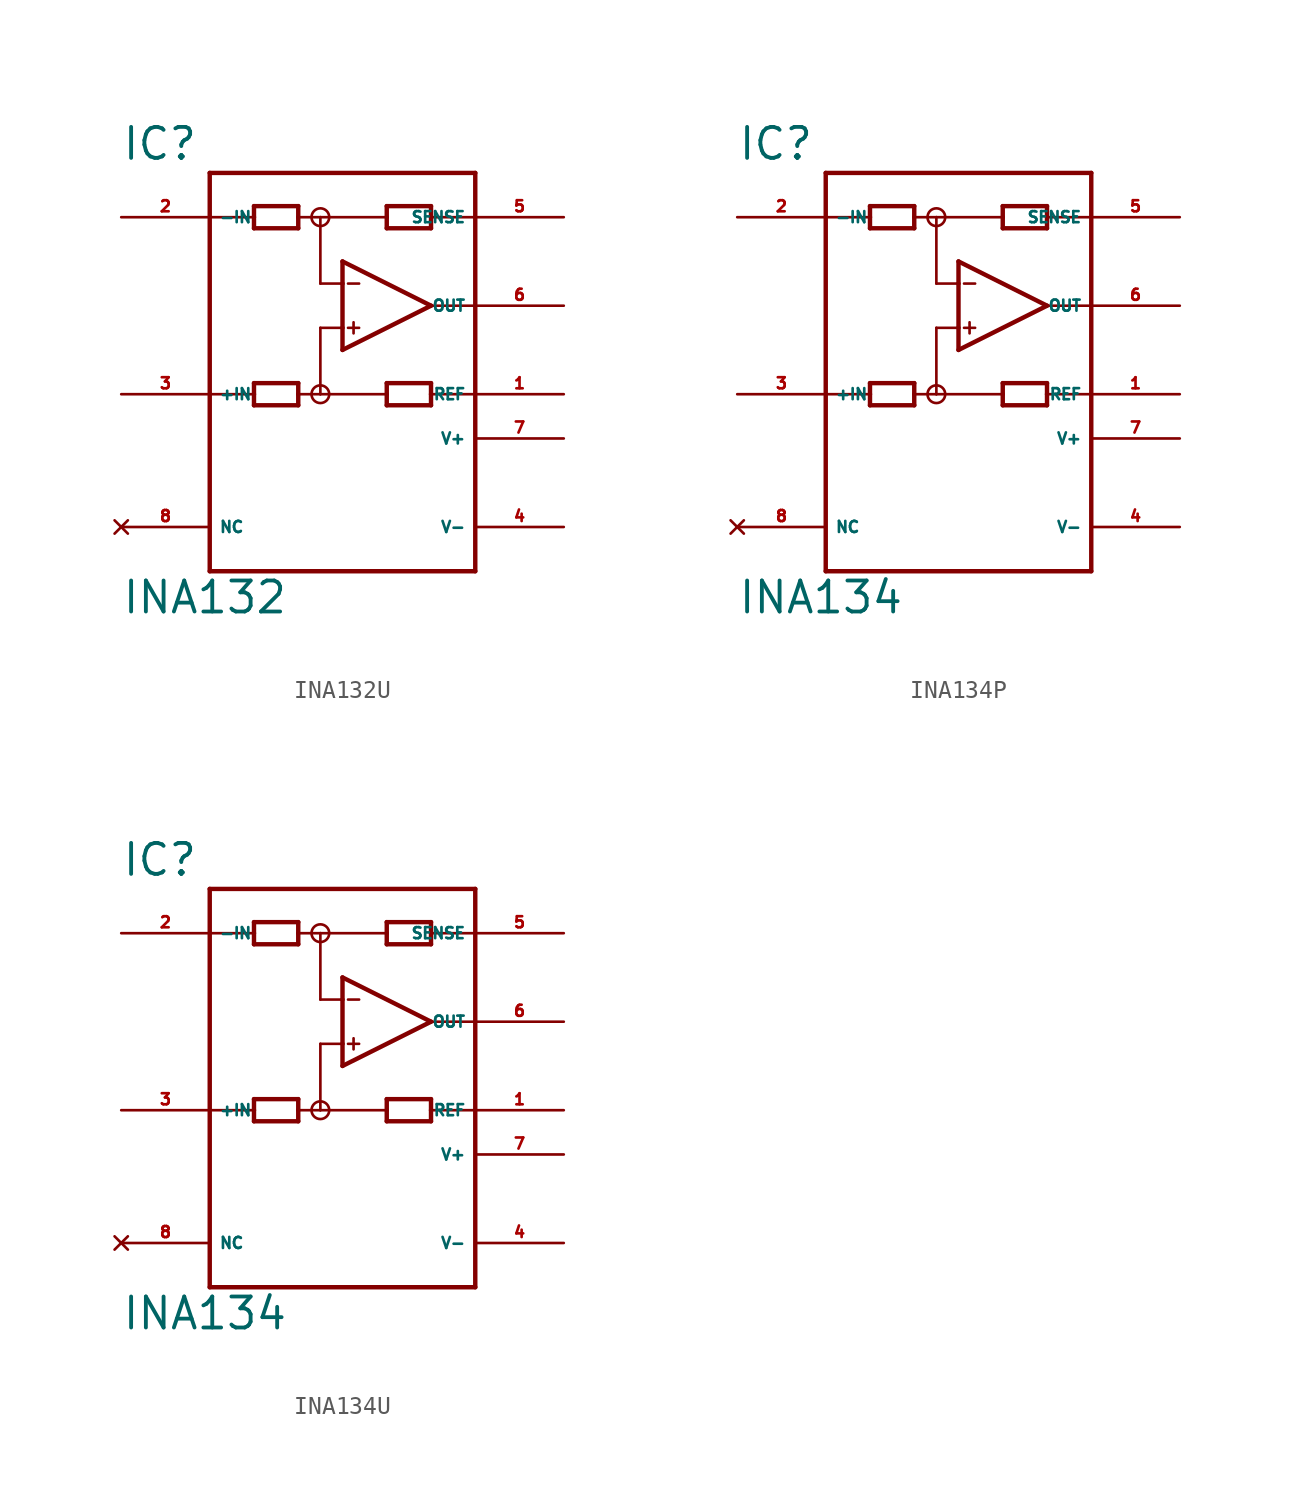
<source format=kicad_sym>
(kicad_symbol_lib
  (version 20220914)
  (generator Eagle2Kicad)
  (symbol "INA132U"
    (property "Reference" "IC"
      (at -12.7 13.335 0)
      (effects (font (size 1.778 1.778) (thickness 0.22)) (justify left bottom)))
    (property "Value" "INA132"
      (at -12.7 -12.7 0)
      (effects (font (size 1.778 1.778) (thickness 0.22)) (justify left bottom)))
    (polyline
      (pts (xy 0 2.54) (xy 0 3.81))
      (stroke (width 0.254) (type default))
      (fill (type none)))
    (polyline
      (pts (xy 0 3.81) (xy 0 6.35))
      (stroke (width 0.254) (type default))
      (fill (type none)))
    (polyline
      (pts (xy 0 6.35) (xy 0 7.62))
      (stroke (width 0.254) (type default))
      (fill (type none)))
    (polyline
      (pts (xy 0 7.62) (xy 5.08 5.08))
      (stroke (width 0.254) (type default))
      (fill (type none)))
    (polyline
      (pts (xy 5.08 5.08) (xy 0 2.54))
      (stroke (width 0.254) (type default))
      (fill (type none)))
    (polyline
      (pts (xy -2.54 9.525) (xy -2.54 10.16))
      (stroke (width 0.254) (type default))
      (fill (type none)))
    (polyline
      (pts (xy -2.54 10.16) (xy -2.54 10.795))
      (stroke (width 0.254) (type default))
      (fill (type none)))
    (polyline
      (pts (xy -2.54 10.795) (xy -5.08 10.795))
      (stroke (width 0.254) (type default))
      (fill (type none)))
    (polyline
      (pts (xy -5.08 10.795) (xy -5.08 10.16))
      (stroke (width 0.254) (type default))
      (fill (type none)))
    (polyline
      (pts (xy -5.08 10.16) (xy -5.08 9.525))
      (stroke (width 0.254) (type default))
      (fill (type none)))
    (polyline
      (pts (xy -5.08 9.525) (xy -2.54 9.525))
      (stroke (width 0.254) (type default))
      (fill (type none)))
    (polyline
      (pts (xy 2.54 9.525) (xy 2.54 10.16))
      (stroke (width 0.254) (type default))
      (fill (type none)))
    (polyline
      (pts (xy 2.54 10.16) (xy 2.54 10.795))
      (stroke (width 0.254) (type default))
      (fill (type none)))
    (polyline
      (pts (xy 2.54 10.795) (xy 5.08 10.795))
      (stroke (width 0.254) (type default))
      (fill (type none)))
    (polyline
      (pts (xy 5.08 10.795) (xy 5.08 10.16))
      (stroke (width 0.254) (type default))
      (fill (type none)))
    (polyline
      (pts (xy 5.08 10.16) (xy 5.08 9.525))
      (stroke (width 0.254) (type default))
      (fill (type none)))
    (polyline
      (pts (xy 5.08 9.525) (xy 2.54 9.525))
      (stroke (width 0.254) (type default))
      (fill (type none)))
    (polyline
      (pts (xy 0 6.35) (xy -1.27 6.35))
      (stroke (width 0.152) (type default))
      (fill (type none)))
    (polyline
      (pts (xy -2.54 0.635) (xy -2.54 0))
      (stroke (width 0.254) (type default))
      (fill (type none)))
    (polyline
      (pts (xy -2.54 0) (xy -2.54 -0.635))
      (stroke (width 0.254) (type default))
      (fill (type none)))
    (polyline
      (pts (xy -2.54 -0.635) (xy -5.08 -0.635))
      (stroke (width 0.254) (type default))
      (fill (type none)))
    (polyline
      (pts (xy -5.08 -0.635) (xy -5.08 0))
      (stroke (width 0.254) (type default))
      (fill (type none)))
    (polyline
      (pts (xy -5.08 0) (xy -5.08 0.635))
      (stroke (width 0.254) (type default))
      (fill (type none)))
    (polyline
      (pts (xy -5.08 0.635) (xy -2.54 0.635))
      (stroke (width 0.254) (type default))
      (fill (type none)))
    (polyline
      (pts (xy 2.54 0.635) (xy 2.54 0))
      (stroke (width 0.254) (type default))
      (fill (type none)))
    (polyline
      (pts (xy 2.54 0) (xy 2.54 -0.635))
      (stroke (width 0.254) (type default))
      (fill (type none)))
    (polyline
      (pts (xy 2.54 -0.635) (xy 5.08 -0.635))
      (stroke (width 0.254) (type default))
      (fill (type none)))
    (polyline
      (pts (xy 5.08 -0.635) (xy 5.08 0))
      (stroke (width 0.254) (type default))
      (fill (type none)))
    (polyline
      (pts (xy 5.08 0) (xy 5.08 0.635))
      (stroke (width 0.254) (type default))
      (fill (type none)))
    (polyline
      (pts (xy 5.08 0.635) (xy 2.54 0.635))
      (stroke (width 0.254) (type default))
      (fill (type none)))
    (polyline
      (pts (xy -1.27 6.35) (xy -1.27 10.16))
      (stroke (width 0.152) (type default))
      (fill (type none)))
    (polyline
      (pts (xy -1.27 10.16) (xy -2.54 10.16))
      (stroke (width 0.152) (type default))
      (fill (type none)))
    (polyline
      (pts (xy -1.27 10.16) (xy 2.54 10.16))
      (stroke (width 0.152) (type default))
      (fill (type none)))
    (polyline
      (pts (xy 0 3.81) (xy -1.27 3.81))
      (stroke (width 0.152) (type default))
      (fill (type none)))
    (polyline
      (pts (xy -1.27 3.81) (xy -1.27 0))
      (stroke (width 0.152) (type default))
      (fill (type none)))
    (polyline
      (pts (xy -1.27 0) (xy -2.54 0))
      (stroke (width 0.152) (type default))
      (fill (type none)))
    (polyline
      (pts (xy -1.27 0) (xy 2.54 0))
      (stroke (width 0.152) (type default))
      (fill (type none)))
    (polyline
      (pts (xy 0.318 6.35) (xy 0.953 6.35))
      (stroke (width 0.152) (type default))
      (fill (type none)))
    (polyline
      (pts (xy 0.318 3.81) (xy 0.953 3.81))
      (stroke (width 0.152) (type default))
      (fill (type none)))
    (polyline
      (pts (xy 0.635 4.128) (xy 0.635 3.493))
      (stroke (width 0.152) (type default))
      (fill (type none)))
    (polyline
      (pts (xy -7.62 10.16) (xy -5.08 10.16))
      (stroke (width 0.152) (type default))
      (fill (type none)))
    (polyline
      (pts (xy 7.62 10.16) (xy 5.08 10.16))
      (stroke (width 0.152) (type default))
      (fill (type none)))
    (polyline
      (pts (xy 5.08 5.08) (xy 7.62 5.08))
      (stroke (width 0.152) (type default))
      (fill (type none)))
    (polyline
      (pts (xy 7.62 0) (xy 5.08 0))
      (stroke (width 0.152) (type default))
      (fill (type none)))
    (polyline
      (pts (xy -7.62 0) (xy -5.08 0))
      (stroke (width 0.152) (type default))
      (fill (type none)))
    (polyline
      (pts (xy -7.62 -10.16) (xy 7.62 -10.16))
      (stroke (width 0.254) (type default))
      (fill (type none)))
    (polyline
      (pts (xy 7.62 -10.16) (xy 7.62 12.7))
      (stroke (width 0.254) (type default))
      (fill (type none)))
    (polyline
      (pts (xy 7.62 12.7) (xy -7.62 12.7))
      (stroke (width 0.254) (type default))
      (fill (type none)))
    (polyline
      (pts (xy -7.62 12.7) (xy -7.62 -10.16))
      (stroke (width 0.254) (type default))
      (fill (type none)))
    (circle
      (center -1.27 0)
      (radius 0.508)
      (stroke (width 0) (type default))
      (fill (type none)))
    (circle
      (center -1.27 10.16)
      (radius 0.508)
      (stroke (width 0) (type default))
      (fill (type none)))
    (pin input line
      (at -12.7 10.16 0)
      (length 5.08)
      (name "-IN" (effects (font (size 0.635 0.635) (thickness 0.08)) (justify left bottom)))
      (number "2" (effects (font (size 0.635 0.635) (thickness 0.08)) (justify left bottom))))
    (pin input line
      (at -12.7 0 0)
      (length 5.08)
      (name "+IN" (effects (font (size 0.635 0.635) (thickness 0.08)) (justify left bottom)))
      (number "3" (effects (font (size 0.635 0.635) (thickness 0.08)) (justify left bottom))))
    (pin output line
      (at 12.7 5.08 180)
      (length 5.08)
      (name "OUT" (effects (font (size 0.635 0.635) (thickness 0.08)) (justify left bottom)))
      (number "6" (effects (font (size 0.635 0.635) (thickness 0.08)) (justify left bottom))))
    (pin unspecified line
      (at 12.7 -2.54 180)
      (length 5.08)
      (name "V+" (effects (font (size 0.635 0.635) (thickness 0.08)) (justify left bottom)))
      (number "7" (effects (font (size 0.635 0.635) (thickness 0.08)) (justify left bottom))))
    (pin unspecified line
      (at 12.7 -7.62 180)
      (length 5.08)
      (name "V-" (effects (font (size 0.635 0.635) (thickness 0.08)) (justify left bottom)))
      (number "4" (effects (font (size 0.635 0.635) (thickness 0.08)) (justify left bottom))))
    (pin passive line
      (at 12.7 10.16 180)
      (length 5.08)
      (name "SENSE" (effects (font (size 0.635 0.635) (thickness 0.08)) (justify left bottom)))
      (number "5" (effects (font (size 0.635 0.635) (thickness 0.08)) (justify left bottom))))
    (pin passive line
      (at 12.7 0 180)
      (length 5.08)
      (name "REF" (effects (font (size 0.635 0.635) (thickness 0.08)) (justify left bottom)))
      (number "1" (effects (font (size 0.635 0.635) (thickness 0.08)) (justify left bottom))))
    (pin no_connect line
      (at -12.7 -7.62 0)
      (length 5.08)
      (name "NC" (effects (font (size 0.635 0.635) (thickness 0.08)) (justify left bottom) hide))
      (number "8" (effects (font (size 0.635 0.635) (thickness 0.08)) (justify left bottom) hide))))
  (symbol "INA134P"
    (property "Reference" "IC"
      (at -12.7 13.335 0)
      (effects (font (size 1.778 1.778) (thickness 0.22)) (justify left bottom)))
    (property "Value" "INA134"
      (at -12.7 -12.7 0)
      (effects (font (size 1.778 1.778) (thickness 0.22)) (justify left bottom)))
    (polyline
      (pts (xy 0 2.54) (xy 0 3.81))
      (stroke (width 0.254) (type default))
      (fill (type none)))
    (polyline
      (pts (xy 0 3.81) (xy 0 6.35))
      (stroke (width 0.254) (type default))
      (fill (type none)))
    (polyline
      (pts (xy 0 6.35) (xy 0 7.62))
      (stroke (width 0.254) (type default))
      (fill (type none)))
    (polyline
      (pts (xy 0 7.62) (xy 5.08 5.08))
      (stroke (width 0.254) (type default))
      (fill (type none)))
    (polyline
      (pts (xy 5.08 5.08) (xy 0 2.54))
      (stroke (width 0.254) (type default))
      (fill (type none)))
    (polyline
      (pts (xy -2.54 9.525) (xy -2.54 10.16))
      (stroke (width 0.254) (type default))
      (fill (type none)))
    (polyline
      (pts (xy -2.54 10.16) (xy -2.54 10.795))
      (stroke (width 0.254) (type default))
      (fill (type none)))
    (polyline
      (pts (xy -2.54 10.795) (xy -5.08 10.795))
      (stroke (width 0.254) (type default))
      (fill (type none)))
    (polyline
      (pts (xy -5.08 10.795) (xy -5.08 10.16))
      (stroke (width 0.254) (type default))
      (fill (type none)))
    (polyline
      (pts (xy -5.08 10.16) (xy -5.08 9.525))
      (stroke (width 0.254) (type default))
      (fill (type none)))
    (polyline
      (pts (xy -5.08 9.525) (xy -2.54 9.525))
      (stroke (width 0.254) (type default))
      (fill (type none)))
    (polyline
      (pts (xy 2.54 9.525) (xy 2.54 10.16))
      (stroke (width 0.254) (type default))
      (fill (type none)))
    (polyline
      (pts (xy 2.54 10.16) (xy 2.54 10.795))
      (stroke (width 0.254) (type default))
      (fill (type none)))
    (polyline
      (pts (xy 2.54 10.795) (xy 5.08 10.795))
      (stroke (width 0.254) (type default))
      (fill (type none)))
    (polyline
      (pts (xy 5.08 10.795) (xy 5.08 10.16))
      (stroke (width 0.254) (type default))
      (fill (type none)))
    (polyline
      (pts (xy 5.08 10.16) (xy 5.08 9.525))
      (stroke (width 0.254) (type default))
      (fill (type none)))
    (polyline
      (pts (xy 5.08 9.525) (xy 2.54 9.525))
      (stroke (width 0.254) (type default))
      (fill (type none)))
    (polyline
      (pts (xy 0 6.35) (xy -1.27 6.35))
      (stroke (width 0.152) (type default))
      (fill (type none)))
    (polyline
      (pts (xy -2.54 0.635) (xy -2.54 0))
      (stroke (width 0.254) (type default))
      (fill (type none)))
    (polyline
      (pts (xy -2.54 0) (xy -2.54 -0.635))
      (stroke (width 0.254) (type default))
      (fill (type none)))
    (polyline
      (pts (xy -2.54 -0.635) (xy -5.08 -0.635))
      (stroke (width 0.254) (type default))
      (fill (type none)))
    (polyline
      (pts (xy -5.08 -0.635) (xy -5.08 0))
      (stroke (width 0.254) (type default))
      (fill (type none)))
    (polyline
      (pts (xy -5.08 0) (xy -5.08 0.635))
      (stroke (width 0.254) (type default))
      (fill (type none)))
    (polyline
      (pts (xy -5.08 0.635) (xy -2.54 0.635))
      (stroke (width 0.254) (type default))
      (fill (type none)))
    (polyline
      (pts (xy 2.54 0.635) (xy 2.54 0))
      (stroke (width 0.254) (type default))
      (fill (type none)))
    (polyline
      (pts (xy 2.54 0) (xy 2.54 -0.635))
      (stroke (width 0.254) (type default))
      (fill (type none)))
    (polyline
      (pts (xy 2.54 -0.635) (xy 5.08 -0.635))
      (stroke (width 0.254) (type default))
      (fill (type none)))
    (polyline
      (pts (xy 5.08 -0.635) (xy 5.08 0))
      (stroke (width 0.254) (type default))
      (fill (type none)))
    (polyline
      (pts (xy 5.08 0) (xy 5.08 0.635))
      (stroke (width 0.254) (type default))
      (fill (type none)))
    (polyline
      (pts (xy 5.08 0.635) (xy 2.54 0.635))
      (stroke (width 0.254) (type default))
      (fill (type none)))
    (polyline
      (pts (xy -1.27 6.35) (xy -1.27 10.16))
      (stroke (width 0.152) (type default))
      (fill (type none)))
    (polyline
      (pts (xy -1.27 10.16) (xy -2.54 10.16))
      (stroke (width 0.152) (type default))
      (fill (type none)))
    (polyline
      (pts (xy -1.27 10.16) (xy 2.54 10.16))
      (stroke (width 0.152) (type default))
      (fill (type none)))
    (polyline
      (pts (xy 0 3.81) (xy -1.27 3.81))
      (stroke (width 0.152) (type default))
      (fill (type none)))
    (polyline
      (pts (xy -1.27 3.81) (xy -1.27 0))
      (stroke (width 0.152) (type default))
      (fill (type none)))
    (polyline
      (pts (xy -1.27 0) (xy -2.54 0))
      (stroke (width 0.152) (type default))
      (fill (type none)))
    (polyline
      (pts (xy -1.27 0) (xy 2.54 0))
      (stroke (width 0.152) (type default))
      (fill (type none)))
    (polyline
      (pts (xy 0.318 6.35) (xy 0.953 6.35))
      (stroke (width 0.152) (type default))
      (fill (type none)))
    (polyline
      (pts (xy 0.318 3.81) (xy 0.953 3.81))
      (stroke (width 0.152) (type default))
      (fill (type none)))
    (polyline
      (pts (xy 0.635 4.128) (xy 0.635 3.493))
      (stroke (width 0.152) (type default))
      (fill (type none)))
    (polyline
      (pts (xy -7.62 10.16) (xy -5.08 10.16))
      (stroke (width 0.152) (type default))
      (fill (type none)))
    (polyline
      (pts (xy 7.62 10.16) (xy 5.08 10.16))
      (stroke (width 0.152) (type default))
      (fill (type none)))
    (polyline
      (pts (xy 5.08 5.08) (xy 7.62 5.08))
      (stroke (width 0.152) (type default))
      (fill (type none)))
    (polyline
      (pts (xy 7.62 0) (xy 5.08 0))
      (stroke (width 0.152) (type default))
      (fill (type none)))
    (polyline
      (pts (xy -7.62 0) (xy -5.08 0))
      (stroke (width 0.152) (type default))
      (fill (type none)))
    (polyline
      (pts (xy -7.62 -10.16) (xy 7.62 -10.16))
      (stroke (width 0.254) (type default))
      (fill (type none)))
    (polyline
      (pts (xy 7.62 -10.16) (xy 7.62 12.7))
      (stroke (width 0.254) (type default))
      (fill (type none)))
    (polyline
      (pts (xy 7.62 12.7) (xy -7.62 12.7))
      (stroke (width 0.254) (type default))
      (fill (type none)))
    (polyline
      (pts (xy -7.62 12.7) (xy -7.62 -10.16))
      (stroke (width 0.254) (type default))
      (fill (type none)))
    (circle
      (center -1.27 0)
      (radius 0.508)
      (stroke (width 0) (type default))
      (fill (type none)))
    (circle
      (center -1.27 10.16)
      (radius 0.508)
      (stroke (width 0) (type default))
      (fill (type none)))
    (pin input line
      (at -12.7 10.16 0)
      (length 5.08)
      (name "-IN" (effects (font (size 0.635 0.635) (thickness 0.08)) (justify left bottom)))
      (number "2" (effects (font (size 0.635 0.635) (thickness 0.08)) (justify left bottom))))
    (pin input line
      (at -12.7 0 0)
      (length 5.08)
      (name "+IN" (effects (font (size 0.635 0.635) (thickness 0.08)) (justify left bottom)))
      (number "3" (effects (font (size 0.635 0.635) (thickness 0.08)) (justify left bottom))))
    (pin output line
      (at 12.7 5.08 180)
      (length 5.08)
      (name "OUT" (effects (font (size 0.635 0.635) (thickness 0.08)) (justify left bottom)))
      (number "6" (effects (font (size 0.635 0.635) (thickness 0.08)) (justify left bottom))))
    (pin unspecified line
      (at 12.7 -2.54 180)
      (length 5.08)
      (name "V+" (effects (font (size 0.635 0.635) (thickness 0.08)) (justify left bottom)))
      (number "7" (effects (font (size 0.635 0.635) (thickness 0.08)) (justify left bottom))))
    (pin unspecified line
      (at 12.7 -7.62 180)
      (length 5.08)
      (name "V-" (effects (font (size 0.635 0.635) (thickness 0.08)) (justify left bottom)))
      (number "4" (effects (font (size 0.635 0.635) (thickness 0.08)) (justify left bottom))))
    (pin passive line
      (at 12.7 10.16 180)
      (length 5.08)
      (name "SENSE" (effects (font (size 0.635 0.635) (thickness 0.08)) (justify left bottom)))
      (number "5" (effects (font (size 0.635 0.635) (thickness 0.08)) (justify left bottom))))
    (pin passive line
      (at 12.7 0 180)
      (length 5.08)
      (name "REF" (effects (font (size 0.635 0.635) (thickness 0.08)) (justify left bottom)))
      (number "1" (effects (font (size 0.635 0.635) (thickness 0.08)) (justify left bottom))))
    (pin no_connect line
      (at -12.7 -7.62 0)
      (length 5.08)
      (name "NC" (effects (font (size 0.635 0.635) (thickness 0.08)) (justify left bottom) hide))
      (number "8" (effects (font (size 0.635 0.635) (thickness 0.08)) (justify left bottom) hide))))
  (symbol "INA134U"
    (property "Reference" "IC"
      (at -12.7 13.335 0)
      (effects (font (size 1.778 1.778) (thickness 0.22)) (justify left bottom)))
    (property "Value" "INA134"
      (at -12.7 -12.7 0)
      (effects (font (size 1.778 1.778) (thickness 0.22)) (justify left bottom)))
    (polyline
      (pts (xy 0 2.54) (xy 0 3.81))
      (stroke (width 0.254) (type default))
      (fill (type none)))
    (polyline
      (pts (xy 0 3.81) (xy 0 6.35))
      (stroke (width 0.254) (type default))
      (fill (type none)))
    (polyline
      (pts (xy 0 6.35) (xy 0 7.62))
      (stroke (width 0.254) (type default))
      (fill (type none)))
    (polyline
      (pts (xy 0 7.62) (xy 5.08 5.08))
      (stroke (width 0.254) (type default))
      (fill (type none)))
    (polyline
      (pts (xy 5.08 5.08) (xy 0 2.54))
      (stroke (width 0.254) (type default))
      (fill (type none)))
    (polyline
      (pts (xy -2.54 9.525) (xy -2.54 10.16))
      (stroke (width 0.254) (type default))
      (fill (type none)))
    (polyline
      (pts (xy -2.54 10.16) (xy -2.54 10.795))
      (stroke (width 0.254) (type default))
      (fill (type none)))
    (polyline
      (pts (xy -2.54 10.795) (xy -5.08 10.795))
      (stroke (width 0.254) (type default))
      (fill (type none)))
    (polyline
      (pts (xy -5.08 10.795) (xy -5.08 10.16))
      (stroke (width 0.254) (type default))
      (fill (type none)))
    (polyline
      (pts (xy -5.08 10.16) (xy -5.08 9.525))
      (stroke (width 0.254) (type default))
      (fill (type none)))
    (polyline
      (pts (xy -5.08 9.525) (xy -2.54 9.525))
      (stroke (width 0.254) (type default))
      (fill (type none)))
    (polyline
      (pts (xy 2.54 9.525) (xy 2.54 10.16))
      (stroke (width 0.254) (type default))
      (fill (type none)))
    (polyline
      (pts (xy 2.54 10.16) (xy 2.54 10.795))
      (stroke (width 0.254) (type default))
      (fill (type none)))
    (polyline
      (pts (xy 2.54 10.795) (xy 5.08 10.795))
      (stroke (width 0.254) (type default))
      (fill (type none)))
    (polyline
      (pts (xy 5.08 10.795) (xy 5.08 10.16))
      (stroke (width 0.254) (type default))
      (fill (type none)))
    (polyline
      (pts (xy 5.08 10.16) (xy 5.08 9.525))
      (stroke (width 0.254) (type default))
      (fill (type none)))
    (polyline
      (pts (xy 5.08 9.525) (xy 2.54 9.525))
      (stroke (width 0.254) (type default))
      (fill (type none)))
    (polyline
      (pts (xy 0 6.35) (xy -1.27 6.35))
      (stroke (width 0.152) (type default))
      (fill (type none)))
    (polyline
      (pts (xy -2.54 0.635) (xy -2.54 0))
      (stroke (width 0.254) (type default))
      (fill (type none)))
    (polyline
      (pts (xy -2.54 0) (xy -2.54 -0.635))
      (stroke (width 0.254) (type default))
      (fill (type none)))
    (polyline
      (pts (xy -2.54 -0.635) (xy -5.08 -0.635))
      (stroke (width 0.254) (type default))
      (fill (type none)))
    (polyline
      (pts (xy -5.08 -0.635) (xy -5.08 0))
      (stroke (width 0.254) (type default))
      (fill (type none)))
    (polyline
      (pts (xy -5.08 0) (xy -5.08 0.635))
      (stroke (width 0.254) (type default))
      (fill (type none)))
    (polyline
      (pts (xy -5.08 0.635) (xy -2.54 0.635))
      (stroke (width 0.254) (type default))
      (fill (type none)))
    (polyline
      (pts (xy 2.54 0.635) (xy 2.54 0))
      (stroke (width 0.254) (type default))
      (fill (type none)))
    (polyline
      (pts (xy 2.54 0) (xy 2.54 -0.635))
      (stroke (width 0.254) (type default))
      (fill (type none)))
    (polyline
      (pts (xy 2.54 -0.635) (xy 5.08 -0.635))
      (stroke (width 0.254) (type default))
      (fill (type none)))
    (polyline
      (pts (xy 5.08 -0.635) (xy 5.08 0))
      (stroke (width 0.254) (type default))
      (fill (type none)))
    (polyline
      (pts (xy 5.08 0) (xy 5.08 0.635))
      (stroke (width 0.254) (type default))
      (fill (type none)))
    (polyline
      (pts (xy 5.08 0.635) (xy 2.54 0.635))
      (stroke (width 0.254) (type default))
      (fill (type none)))
    (polyline
      (pts (xy -1.27 6.35) (xy -1.27 10.16))
      (stroke (width 0.152) (type default))
      (fill (type none)))
    (polyline
      (pts (xy -1.27 10.16) (xy -2.54 10.16))
      (stroke (width 0.152) (type default))
      (fill (type none)))
    (polyline
      (pts (xy -1.27 10.16) (xy 2.54 10.16))
      (stroke (width 0.152) (type default))
      (fill (type none)))
    (polyline
      (pts (xy 0 3.81) (xy -1.27 3.81))
      (stroke (width 0.152) (type default))
      (fill (type none)))
    (polyline
      (pts (xy -1.27 3.81) (xy -1.27 0))
      (stroke (width 0.152) (type default))
      (fill (type none)))
    (polyline
      (pts (xy -1.27 0) (xy -2.54 0))
      (stroke (width 0.152) (type default))
      (fill (type none)))
    (polyline
      (pts (xy -1.27 0) (xy 2.54 0))
      (stroke (width 0.152) (type default))
      (fill (type none)))
    (polyline
      (pts (xy 0.318 6.35) (xy 0.953 6.35))
      (stroke (width 0.152) (type default))
      (fill (type none)))
    (polyline
      (pts (xy 0.318 3.81) (xy 0.953 3.81))
      (stroke (width 0.152) (type default))
      (fill (type none)))
    (polyline
      (pts (xy 0.635 4.128) (xy 0.635 3.493))
      (stroke (width 0.152) (type default))
      (fill (type none)))
    (polyline
      (pts (xy -7.62 10.16) (xy -5.08 10.16))
      (stroke (width 0.152) (type default))
      (fill (type none)))
    (polyline
      (pts (xy 7.62 10.16) (xy 5.08 10.16))
      (stroke (width 0.152) (type default))
      (fill (type none)))
    (polyline
      (pts (xy 5.08 5.08) (xy 7.62 5.08))
      (stroke (width 0.152) (type default))
      (fill (type none)))
    (polyline
      (pts (xy 7.62 0) (xy 5.08 0))
      (stroke (width 0.152) (type default))
      (fill (type none)))
    (polyline
      (pts (xy -7.62 0) (xy -5.08 0))
      (stroke (width 0.152) (type default))
      (fill (type none)))
    (polyline
      (pts (xy -7.62 -10.16) (xy 7.62 -10.16))
      (stroke (width 0.254) (type default))
      (fill (type none)))
    (polyline
      (pts (xy 7.62 -10.16) (xy 7.62 12.7))
      (stroke (width 0.254) (type default))
      (fill (type none)))
    (polyline
      (pts (xy 7.62 12.7) (xy -7.62 12.7))
      (stroke (width 0.254) (type default))
      (fill (type none)))
    (polyline
      (pts (xy -7.62 12.7) (xy -7.62 -10.16))
      (stroke (width 0.254) (type default))
      (fill (type none)))
    (circle
      (center -1.27 0)
      (radius 0.508)
      (stroke (width 0) (type default))
      (fill (type none)))
    (circle
      (center -1.27 10.16)
      (radius 0.508)
      (stroke (width 0) (type default))
      (fill (type none)))
    (pin input line
      (at -12.7 10.16 0)
      (length 5.08)
      (name "-IN" (effects (font (size 0.635 0.635) (thickness 0.08)) (justify left bottom)))
      (number "2" (effects (font (size 0.635 0.635) (thickness 0.08)) (justify left bottom))))
    (pin input line
      (at -12.7 0 0)
      (length 5.08)
      (name "+IN" (effects (font (size 0.635 0.635) (thickness 0.08)) (justify left bottom)))
      (number "3" (effects (font (size 0.635 0.635) (thickness 0.08)) (justify left bottom))))
    (pin output line
      (at 12.7 5.08 180)
      (length 5.08)
      (name "OUT" (effects (font (size 0.635 0.635) (thickness 0.08)) (justify left bottom)))
      (number "6" (effects (font (size 0.635 0.635) (thickness 0.08)) (justify left bottom))))
    (pin unspecified line
      (at 12.7 -2.54 180)
      (length 5.08)
      (name "V+" (effects (font (size 0.635 0.635) (thickness 0.08)) (justify left bottom)))
      (number "7" (effects (font (size 0.635 0.635) (thickness 0.08)) (justify left bottom))))
    (pin unspecified line
      (at 12.7 -7.62 180)
      (length 5.08)
      (name "V-" (effects (font (size 0.635 0.635) (thickness 0.08)) (justify left bottom)))
      (number "4" (effects (font (size 0.635 0.635) (thickness 0.08)) (justify left bottom))))
    (pin passive line
      (at 12.7 10.16 180)
      (length 5.08)
      (name "SENSE" (effects (font (size 0.635 0.635) (thickness 0.08)) (justify left bottom)))
      (number "5" (effects (font (size 0.635 0.635) (thickness 0.08)) (justify left bottom))))
    (pin passive line
      (at 12.7 0 180)
      (length 5.08)
      (name "REF" (effects (font (size 0.635 0.635) (thickness 0.08)) (justify left bottom)))
      (number "1" (effects (font (size 0.635 0.635) (thickness 0.08)) (justify left bottom))))
    (pin no_connect line
      (at -12.7 -7.62 0)
      (length 5.08)
      (name "NC" (effects (font (size 0.635 0.635) (thickness 0.08)) (justify left bottom) hide))
      (number "8" (effects (font (size 0.635 0.635) (thickness 0.08)) (justify left bottom) hide)))))
</source>
